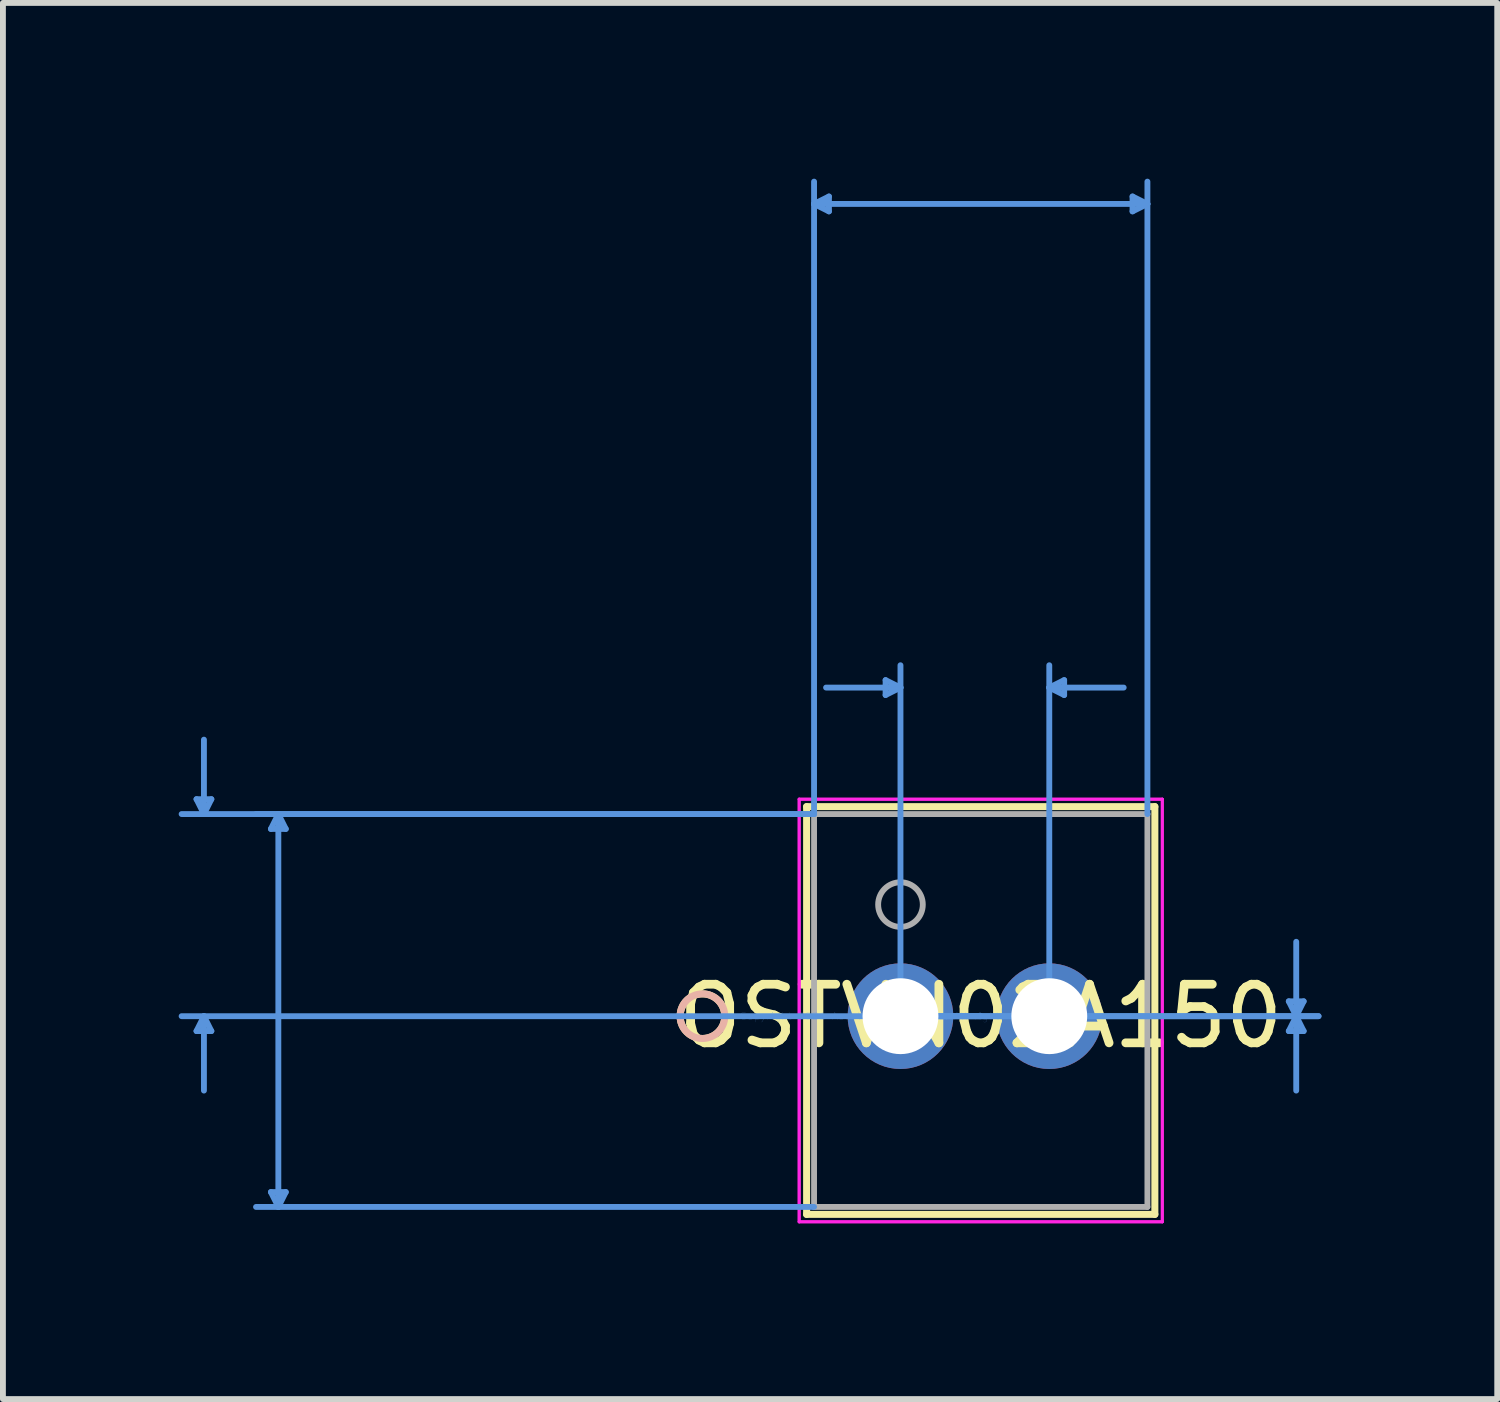
<source format=kicad_pcb>
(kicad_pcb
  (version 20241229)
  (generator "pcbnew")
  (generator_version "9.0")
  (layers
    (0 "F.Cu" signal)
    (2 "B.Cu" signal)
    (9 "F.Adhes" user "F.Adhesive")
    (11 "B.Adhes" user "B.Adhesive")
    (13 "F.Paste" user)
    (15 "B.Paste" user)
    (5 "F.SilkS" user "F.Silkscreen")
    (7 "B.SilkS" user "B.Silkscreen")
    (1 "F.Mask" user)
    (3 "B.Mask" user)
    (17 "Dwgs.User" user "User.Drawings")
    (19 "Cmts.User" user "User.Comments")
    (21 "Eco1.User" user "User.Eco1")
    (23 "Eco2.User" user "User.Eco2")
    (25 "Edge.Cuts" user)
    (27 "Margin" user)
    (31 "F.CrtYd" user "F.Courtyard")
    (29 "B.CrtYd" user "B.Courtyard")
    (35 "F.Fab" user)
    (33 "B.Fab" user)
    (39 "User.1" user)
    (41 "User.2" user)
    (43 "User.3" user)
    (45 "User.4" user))
  (footprint "OSTVN02A150"
    (layer "F.Cu")
    (at 12.32 14.295)
    (property "Reference" "OSTVN02A150" (at 1.37 0 0) (layer "F.SilkS") (effects (font (size 1 1) (thickness 0.15))))
    (attr through_hole)
    (fp_line (start -1.602 -3.577) (end -1.602 3.383) (stroke (width 0.12) (type solid)) (layer "F.SilkS"))
    (fp_line (start -1.602 3.383) (end 4.342 3.383) (stroke (width 0.12) (type solid)) (layer "F.SilkS"))
    (fp_line (start 4.342 -3.577) (end -1.602 -3.577) (stroke (width 0.12) (type solid)) (layer "F.SilkS"))
    (fp_line (start 4.342 3.383) (end 4.342 -3.577) (stroke (width 0.12) (type solid)) (layer "F.SilkS"))
    (fp_circle (center -3.38 0) (end -2.999 0) (stroke (width 0.12) (type solid)) (fill no) (layer "F.SilkS"))
    (fp_circle (center -3.38 0) (end -2.999 0) (stroke (width 0.12) (type solid)) (fill no) (layer "B.SilkS"))
    (fp_line (start -12.016 -3.704) (end -11.762 -3.704) (stroke (width 0.1) (type solid)) (layer "Cmts.User"))
    (fp_line (start -12.016 0.254) (end -11.762 0.254) (stroke (width 0.1) (type solid)) (layer "Cmts.User"))
    (fp_line (start -11.889 -3.45) (end -12.016 -3.704) (stroke (width 0.1) (type solid)) (layer "Cmts.User"))
    (fp_line (start -11.889 -3.45) (end -11.889 -4.72) (stroke (width 0.1) (type solid)) (layer "Cmts.User"))
    (fp_line (start -11.889 -3.45) (end -11.762 -3.704) (stroke (width 0.1) (type solid)) (layer "Cmts.User"))
    (fp_line (start -11.889 0) (end -12.016 0.254) (stroke (width 0.1) (type solid)) (layer "Cmts.User"))
    (fp_line (start -11.889 0) (end -11.889 1.27) (stroke (width 0.1) (type solid)) (layer "Cmts.User"))
    (fp_line (start -11.889 0) (end -11.762 0.254) (stroke (width 0.1) (type solid)) (layer "Cmts.User"))
    (fp_line (start -10.746 -3.196) (end -10.492 -3.196) (stroke (width 0.1) (type solid)) (layer "Cmts.User"))
    (fp_line (start -10.746 3.002) (end -10.492 3.002) (stroke (width 0.1) (type solid)) (layer "Cmts.User"))
    (fp_line (start -10.619 -3.45) (end -10.746 -3.196) (stroke (width 0.1) (type solid)) (layer "Cmts.User"))
    (fp_line (start -10.619 -3.45) (end -10.619 3.256) (stroke (width 0.1) (type solid)) (layer "Cmts.User"))
    (fp_line (start -10.619 -3.45) (end -10.492 -3.196) (stroke (width 0.1) (type solid)) (layer "Cmts.User"))
    (fp_line (start -10.619 3.256) (end -10.746 3.002) (stroke (width 0.1) (type solid)) (layer "Cmts.User"))
    (fp_line (start -10.619 3.256) (end -10.492 3.002) (stroke (width 0.1) (type solid)) (layer "Cmts.User"))
    (fp_line (start -1.475 -13.864) (end -1.221 -13.991) (stroke (width 0.1) (type solid)) (layer "Cmts.User"))
    (fp_line (start -1.475 -13.864) (end -1.221 -13.737) (stroke (width 0.1) (type solid)) (layer "Cmts.User"))
    (fp_line (start -1.475 -13.864) (end 4.215 -13.864) (stroke (width 0.1) (type solid)) (layer "Cmts.User"))
    (fp_line (start -1.475 -3.45) (end -12.27 -3.45) (stroke (width 0.1) (type solid)) (layer "Cmts.User"))
    (fp_line (start -1.475 -3.45) (end -11 -3.45) (stroke (width 0.1) (type solid)) (layer "Cmts.User"))
    (fp_line (start -1.475 -3.45) (end -1.475 -14.245) (stroke (width 0.1) (type solid)) (layer "Cmts.User"))
    (fp_line (start -1.475 3.256) (end -11 3.256) (stroke (width 0.1) (type solid)) (layer "Cmts.User"))
    (fp_line (start -1.221 -13.991) (end -1.221 -13.737) (stroke (width 0.1) (type solid)) (layer "Cmts.User"))
    (fp_line (start -0.254 -5.736) (end -0.254 -5.482) (stroke (width 0.1) (type solid)) (layer "Cmts.User"))
    (fp_line (start 0 -5.609) (end -1.27 -5.609) (stroke (width 0.1) (type solid)) (layer "Cmts.User"))
    (fp_line (start 0 -5.609) (end -0.254 -5.736) (stroke (width 0.1) (type solid)) (layer "Cmts.User"))
    (fp_line (start 0 -5.609) (end -0.254 -5.482) (stroke (width 0.1) (type solid)) (layer "Cmts.User"))
    (fp_line (start 0 0) (end 0 -5.99) (stroke (width 0.1) (type solid)) (layer "Cmts.User"))
    (fp_line (start 0 0) (end 7.136 0) (stroke (width 0.1) (type solid)) (layer "Cmts.User"))
    (fp_line (start 0 0) (end 7.136 0) (stroke (width 0.1) (type solid)) (layer "Cmts.User"))
    (fp_line (start 1.37 0) (end -12.27 0) (stroke (width 0.1) (type solid)) (layer "Cmts.User"))
    (fp_line (start 2.54 -5.609) (end 2.794 -5.736) (stroke (width 0.1) (type solid)) (layer "Cmts.User"))
    (fp_line (start 2.54 -5.609) (end 2.794 -5.482) (stroke (width 0.1) (type solid)) (layer "Cmts.User"))
    (fp_line (start 2.54 -5.609) (end 3.81 -5.609) (stroke (width 0.1) (type solid)) (layer "Cmts.User"))
    (fp_line (start 2.54 0) (end 2.54 -5.99) (stroke (width 0.1) (type solid)) (layer "Cmts.User"))
    (fp_line (start 2.794 -5.736) (end 2.794 -5.482) (stroke (width 0.1) (type solid)) (layer "Cmts.User"))
    (fp_line (start 3.961 -13.991) (end 3.961 -13.737) (stroke (width 0.1) (type solid)) (layer "Cmts.User"))
    (fp_line (start 4.215 -13.864) (end 3.961 -13.991) (stroke (width 0.1) (type solid)) (layer "Cmts.User"))
    (fp_line (start 4.215 -13.864) (end 3.961 -13.737) (stroke (width 0.1) (type solid)) (layer "Cmts.User"))
    (fp_line (start 4.215 -3.45) (end 4.215 -14.245) (stroke (width 0.1) (type solid)) (layer "Cmts.User"))
    (fp_line (start 6.628 -0.254) (end 6.882 -0.254) (stroke (width 0.1) (type solid)) (layer "Cmts.User"))
    (fp_line (start 6.628 0.254) (end 6.882 0.254) (stroke (width 0.1) (type solid)) (layer "Cmts.User"))
    (fp_line (start 6.755 0) (end 6.628 -0.254) (stroke (width 0.1) (type solid)) (layer "Cmts.User"))
    (fp_line (start 6.755 0) (end 6.628 0.254) (stroke (width 0.1) (type solid)) (layer "Cmts.User"))
    (fp_line (start 6.755 0) (end 6.755 -1.27) (stroke (width 0.1) (type solid)) (layer "Cmts.User"))
    (fp_line (start 6.755 0) (end 6.755 1.27) (stroke (width 0.1) (type solid)) (layer "Cmts.User"))
    (fp_line (start 6.755 0) (end 6.882 -0.254) (stroke (width 0.1) (type solid)) (layer "Cmts.User"))
    (fp_line (start 6.755 0) (end 6.882 0.254) (stroke (width 0.1) (type solid)) (layer "Cmts.User"))
    (fp_line (start -1.729 -3.704) (end -1.729 3.51) (stroke (width 0.05) (type solid)) (layer "F.CrtYd"))
    (fp_line (start -1.729 -3.704) (end -1.729 3.51) (stroke (width 0.05) (type solid)) (layer "F.CrtYd"))
    (fp_line (start -1.729 3.51) (end 4.469 3.51) (stroke (width 0.05) (type solid)) (layer "F.CrtYd"))
    (fp_line (start -1.729 3.51) (end 4.469 3.51) (stroke (width 0.05) (type solid)) (layer "F.CrtYd"))
    (fp_line (start 4.469 -3.704) (end -1.729 -3.704) (stroke (width 0.05) (type solid)) (layer "F.CrtYd"))
    (fp_line (start 4.469 -3.704) (end -1.729 -3.704) (stroke (width 0.05) (type solid)) (layer "F.CrtYd"))
    (fp_line (start 4.469 3.51) (end 4.469 -3.704) (stroke (width 0.05) (type solid)) (layer "F.CrtYd"))
    (fp_line (start 4.469 3.51) (end 4.469 -3.704) (stroke (width 0.05) (type solid)) (layer "F.CrtYd"))
    (fp_line (start -1.475 -3.45) (end -1.475 3.256) (stroke (width 0.1) (type solid)) (layer "F.Fab"))
    (fp_line (start -1.475 3.256) (end 4.215 3.256) (stroke (width 0.1) (type solid)) (layer "F.Fab"))
    (fp_line (start 4.215 -3.45) (end -1.475 -3.45) (stroke (width 0.1) (type solid)) (layer "F.Fab"))
    (fp_line (start 4.215 3.256) (end 4.215 -3.45) (stroke (width 0.1) (type solid)) (layer "F.Fab"))
    (fp_circle (center 0 -1.905) (end 0.381 -1.905) (stroke (width 0.1) (type solid)) (fill no) (layer "F.Fab"))
    (fp_text user "*" (at 0 0 0) (layer "F.SilkS") (effects (font (size 1 1) (thickness 0.15))))
    (fp_text user "Copyright 2021 Accelerated Designs. All rights reserved." (at 0 0 0) (layer "Cmts.User") (effects (font (size 0.127 0.127) (thickness 0.002))))
    (fp_text user "*" (at 0 0 0) (layer "F.Fab") (effects (font (size 1 1) (thickness 0.15))))
    (pad "1" thru_hole circle (at 0 0) (size 1.803 1.803) (drill 1.295) (layers "*.Cu" "*.Mask"))
    (pad "2" thru_hole circle (at 2.54 0) (size 1.803 1.803) (drill 1.295) (layers "*.Cu" "*.Mask")))
  (gr_rect
    (start -3 -3)
    (end 22.506 20.83)
    (stroke (width 0.1) (type default))
    (fill no)
    (layer "Edge.Cuts")))
</source>
